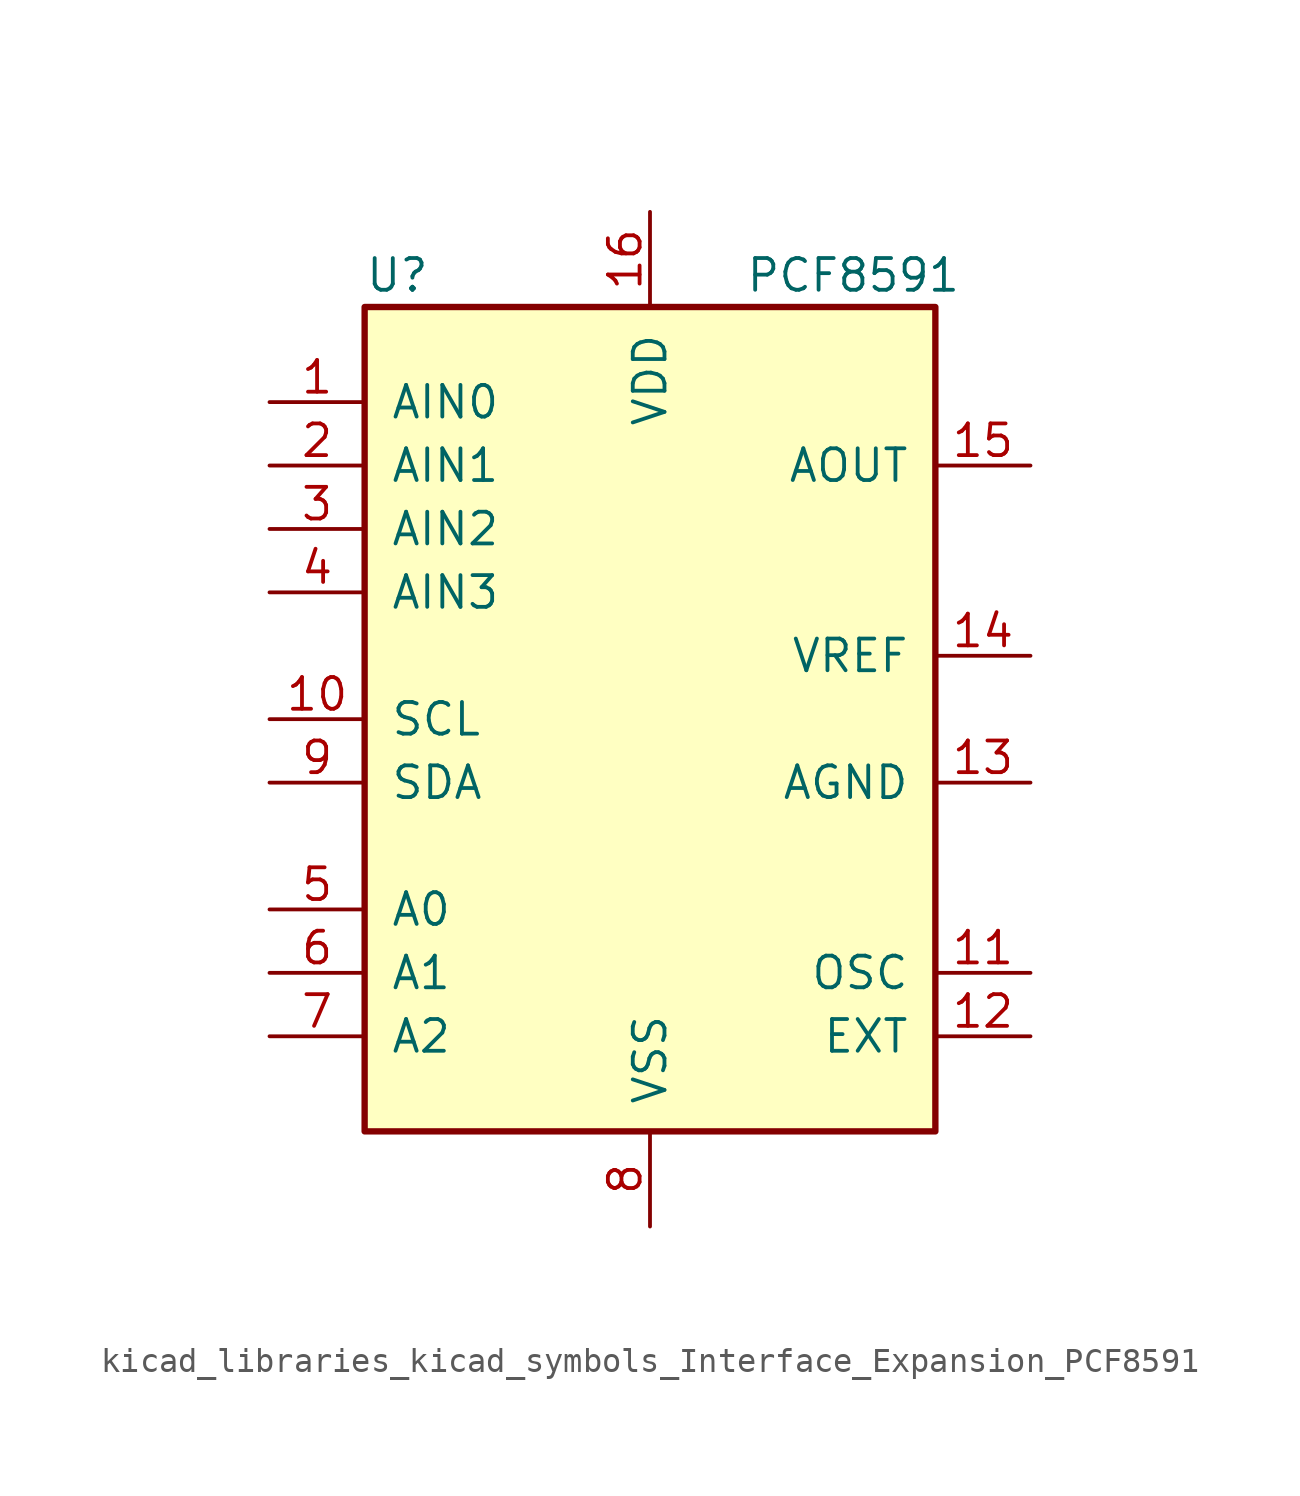
<source format=kicad_sym>
(kicad_symbol_lib
  (version 20220914)
  (generator kicad_symbol_editor)
  (symbol "kicad_libraries_kicad_symbols_Interface_Expansion_PCF8591"
    (pin_names
      (offset 1.016))
    (property "Reference" "U"
      (at -11.43 17.78 0)
      (effects (font (size 1.27 1.27)) (justify left)))
    (property "Value" "PCF8591"
      (at 3.81 17.78 0)
      (effects (font (size 1.27 1.27)) (justify left)))
    (symbol "kicad_libraries_kicad_symbols_Interface_Expansion_PCF8591_0_1"
      (rectangle (start -11.43 -16.51) (end 11.43 16.51) (stroke (width 0.254) (type default)) (fill (type background))))
    (symbol "kicad_libraries_kicad_symbols_Interface_Expansion_PCF8591_1_1"
      (pin passive line (at -15.24 12.7 0) (length 3.81) (name "AIN0" (effects (font (size 1.27 1.27)))) (number "1" (effects (font (size 1.27 1.27)))))
      (pin input line (at -15.24 0 0) (length 3.81) (name "SCL" (effects (font (size 1.27 1.27)))) (number "10" (effects (font (size 1.27 1.27)))))
      (pin bidirectional line (at 15.24 -10.16 180) (length 3.81) (name "OSC" (effects (font (size 1.27 1.27)))) (number "11" (effects (font (size 1.27 1.27)))))
      (pin input line (at 15.24 -12.7 180) (length 3.81) (name "EXT" (effects (font (size 1.27 1.27)))) (number "12" (effects (font (size 1.27 1.27)))))
      (pin power_out line (at 15.24 -2.54 180) (length 3.81) (name "AGND" (effects (font (size 1.27 1.27)))) (number "13" (effects (font (size 1.27 1.27)))))
      (pin passive line (at 15.24 2.54 180) (length 3.81) (name "VREF" (effects (font (size 1.27 1.27)))) (number "14" (effects (font (size 1.27 1.27)))))
      (pin passive line (at 15.24 10.16 180) (length 3.81) (name "AOUT" (effects (font (size 1.27 1.27)))) (number "15" (effects (font (size 1.27 1.27)))))
      (pin power_in line (at 0 20.32 270) (length 3.81) (name "VDD" (effects (font (size 1.27 1.27)))) (number "16" (effects (font (size 1.27 1.27)))))
      (pin passive line (at -15.24 10.16 0) (length 3.81) (name "AIN1" (effects (font (size 1.27 1.27)))) (number "2" (effects (font (size 1.27 1.27)))))
      (pin passive line (at -15.24 7.62 0) (length 3.81) (name "AIN2" (effects (font (size 1.27 1.27)))) (number "3" (effects (font (size 1.27 1.27)))))
      (pin passive line (at -15.24 5.08 0) (length 3.81) (name "AIN3" (effects (font (size 1.27 1.27)))) (number "4" (effects (font (size 1.27 1.27)))))
      (pin input line (at -15.24 -7.62 0) (length 3.81) (name "A0" (effects (font (size 1.27 1.27)))) (number "5" (effects (font (size 1.27 1.27)))))
      (pin input line (at -15.24 -10.16 0) (length 3.81) (name "A1" (effects (font (size 1.27 1.27)))) (number "6" (effects (font (size 1.27 1.27)))))
      (pin input line (at -15.24 -12.7 0) (length 3.81) (name "A2" (effects (font (size 1.27 1.27)))) (number "7" (effects (font (size 1.27 1.27)))))
      (pin power_in line (at 0 -20.32 90) (length 3.81) (name "VSS" (effects (font (size 1.27 1.27)))) (number "8" (effects (font (size 1.27 1.27)))))
      (pin bidirectional line (at -15.24 -2.54 0) (length 3.81) (name "SDA" (effects (font (size 1.27 1.27)))) (number "9" (effects (font (size 1.27 1.27))))))))
</source>
